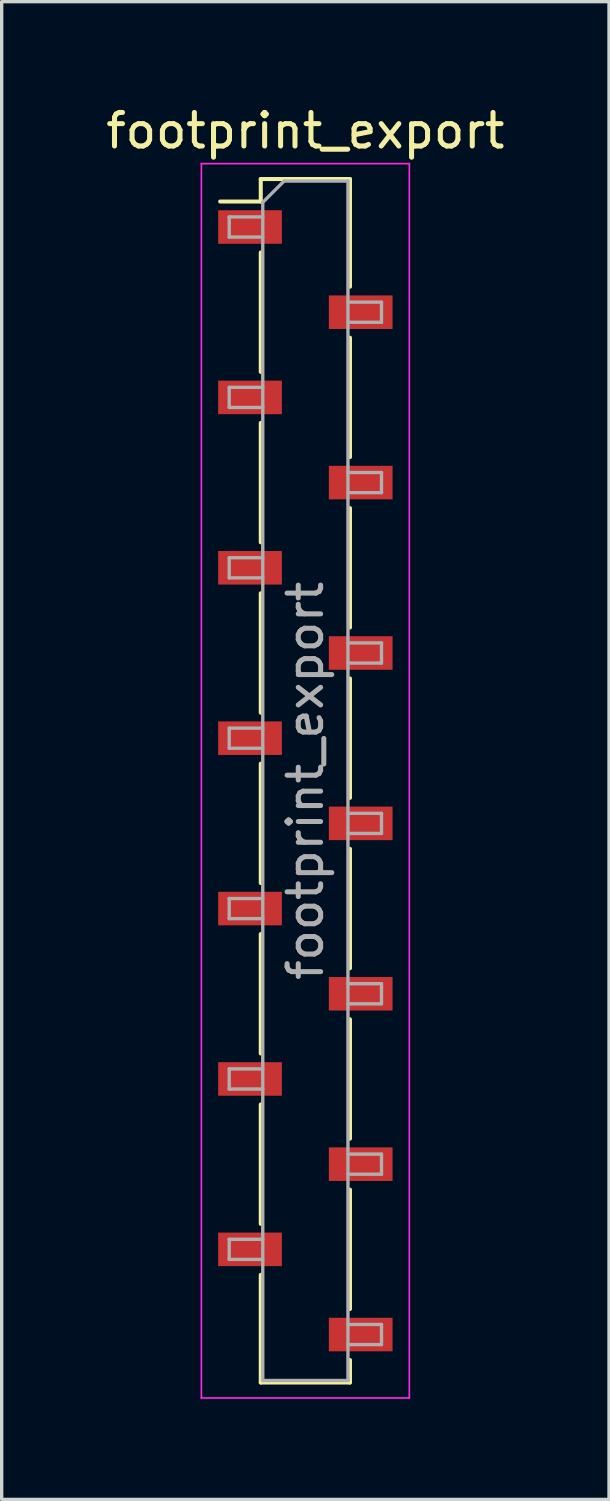
<source format=kicad_pcb>
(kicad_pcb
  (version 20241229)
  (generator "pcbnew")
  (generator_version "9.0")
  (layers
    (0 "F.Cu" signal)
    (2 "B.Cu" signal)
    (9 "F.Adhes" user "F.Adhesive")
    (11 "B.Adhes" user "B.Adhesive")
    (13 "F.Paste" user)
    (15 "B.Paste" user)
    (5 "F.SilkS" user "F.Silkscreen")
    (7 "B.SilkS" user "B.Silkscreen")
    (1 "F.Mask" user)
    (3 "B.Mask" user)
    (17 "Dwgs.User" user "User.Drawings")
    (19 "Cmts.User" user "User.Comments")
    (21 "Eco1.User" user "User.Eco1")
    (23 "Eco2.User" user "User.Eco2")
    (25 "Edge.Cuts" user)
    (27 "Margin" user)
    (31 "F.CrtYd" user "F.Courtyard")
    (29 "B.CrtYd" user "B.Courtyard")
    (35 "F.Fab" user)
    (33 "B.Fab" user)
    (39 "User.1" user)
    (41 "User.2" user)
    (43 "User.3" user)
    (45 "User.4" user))
  (footprint "footprint_export"
    (layer "F.Cu")
    (at 6.054 20.228)
    (property "Reference" "footprint_export" (at 0 -19.38 0) (layer "F.SilkS") (effects (font (size 1 1) (thickness 0.15))))
    (attr smd)
    (fp_line (start -2.54 -17.27) (end -1.33 -17.27) (stroke (width 0.12) (type solid)) (layer "F.SilkS"))
    (fp_line (start -1.33 -17.94) (end -1.33 -17.27) (stroke (width 0.12) (type solid)) (layer "F.SilkS"))
    (fp_line (start -1.33 -17.94) (end 1.33 -17.94) (stroke (width 0.12) (type solid)) (layer "F.SilkS"))
    (fp_line (start -1.33 -15.75) (end -1.33 -12.19) (stroke (width 0.12) (type solid)) (layer "F.SilkS"))
    (fp_line (start -1.33 -10.67) (end -1.33 -7.11) (stroke (width 0.12) (type solid)) (layer "F.SilkS"))
    (fp_line (start -1.33 -5.59) (end -1.33 -2.03) (stroke (width 0.12) (type solid)) (layer "F.SilkS"))
    (fp_line (start -1.33 -0.51) (end -1.33 3.05) (stroke (width 0.12) (type solid)) (layer "F.SilkS"))
    (fp_line (start -1.33 4.57) (end -1.33 8.13) (stroke (width 0.12) (type solid)) (layer "F.SilkS"))
    (fp_line (start -1.33 9.65) (end -1.33 13.21) (stroke (width 0.12) (type solid)) (layer "F.SilkS"))
    (fp_line (start -1.33 14.73) (end -1.33 17.94) (stroke (width 0.12) (type solid)) (layer "F.SilkS"))
    (fp_line (start -1.33 17.94) (end 1.33 17.94) (stroke (width 0.12) (type solid)) (layer "F.SilkS"))
    (fp_line (start 1.33 -17.94) (end 1.33 -14.73) (stroke (width 0.12) (type solid)) (layer "F.SilkS"))
    (fp_line (start 1.33 -13.21) (end 1.33 -9.65) (stroke (width 0.12) (type solid)) (layer "F.SilkS"))
    (fp_line (start 1.33 -8.13) (end 1.33 -4.57) (stroke (width 0.12) (type solid)) (layer "F.SilkS"))
    (fp_line (start 1.33 -3.05) (end 1.33 0.51) (stroke (width 0.12) (type solid)) (layer "F.SilkS"))
    (fp_line (start 1.33 2.03) (end 1.33 5.59) (stroke (width 0.12) (type solid)) (layer "F.SilkS"))
    (fp_line (start 1.33 7.11) (end 1.33 10.67) (stroke (width 0.12) (type solid)) (layer "F.SilkS"))
    (fp_line (start 1.33 12.19) (end 1.33 15.75) (stroke (width 0.12) (type solid)) (layer "F.SilkS"))
    (fp_line (start 1.33 17.27) (end 1.33 17.94) (stroke (width 0.12) (type solid)) (layer "F.SilkS"))
    (fp_line (start -3.1 -18.4) (end 3.1 -18.4) (stroke (width 0.05) (type solid)) (layer "F.CrtYd"))
    (fp_line (start -3.1 18.4) (end -3.1 -18.4) (stroke (width 0.05) (type solid)) (layer "F.CrtYd"))
    (fp_line (start 3.1 -18.4) (end 3.1 18.4) (stroke (width 0.05) (type solid)) (layer "F.CrtYd"))
    (fp_line (start 3.1 18.4) (end -3.1 18.4) (stroke (width 0.05) (type solid)) (layer "F.CrtYd"))
    (fp_line (start -2.27 -16.81) (end -1.27 -16.81) (stroke (width 0.1) (type solid)) (layer "F.Fab"))
    (fp_line (start -2.27 -16.21) (end -2.27 -16.81) (stroke (width 0.1) (type solid)) (layer "F.Fab"))
    (fp_line (start -2.27 -11.73) (end -1.27 -11.73) (stroke (width 0.1) (type solid)) (layer "F.Fab"))
    (fp_line (start -2.27 -11.13) (end -2.27 -11.73) (stroke (width 0.1) (type solid)) (layer "F.Fab"))
    (fp_line (start -2.27 -6.65) (end -1.27 -6.65) (stroke (width 0.1) (type solid)) (layer "F.Fab"))
    (fp_line (start -2.27 -6.05) (end -2.27 -6.65) (stroke (width 0.1) (type solid)) (layer "F.Fab"))
    (fp_line (start -2.27 -1.57) (end -1.27 -1.57) (stroke (width 0.1) (type solid)) (layer "F.Fab"))
    (fp_line (start -2.27 -0.97) (end -2.27 -1.57) (stroke (width 0.1) (type solid)) (layer "F.Fab"))
    (fp_line (start -2.27 3.51) (end -1.27 3.51) (stroke (width 0.1) (type solid)) (layer "F.Fab"))
    (fp_line (start -2.27 4.11) (end -2.27 3.51) (stroke (width 0.1) (type solid)) (layer "F.Fab"))
    (fp_line (start -2.27 8.59) (end -1.27 8.59) (stroke (width 0.1) (type solid)) (layer "F.Fab"))
    (fp_line (start -2.27 9.19) (end -2.27 8.59) (stroke (width 0.1) (type solid)) (layer "F.Fab"))
    (fp_line (start -2.27 13.67) (end -1.27 13.67) (stroke (width 0.1) (type solid)) (layer "F.Fab"))
    (fp_line (start -2.27 14.27) (end -2.27 13.67) (stroke (width 0.1) (type solid)) (layer "F.Fab"))
    (fp_line (start -1.27 -17.245) (end -0.635 -17.88) (stroke (width 0.1) (type solid)) (layer "F.Fab"))
    (fp_line (start -1.27 -16.21) (end -2.27 -16.21) (stroke (width 0.1) (type solid)) (layer "F.Fab"))
    (fp_line (start -1.27 -11.13) (end -2.27 -11.13) (stroke (width 0.1) (type solid)) (layer "F.Fab"))
    (fp_line (start -1.27 -6.05) (end -2.27 -6.05) (stroke (width 0.1) (type solid)) (layer "F.Fab"))
    (fp_line (start -1.27 -0.97) (end -2.27 -0.97) (stroke (width 0.1) (type solid)) (layer "F.Fab"))
    (fp_line (start -1.27 4.11) (end -2.27 4.11) (stroke (width 0.1) (type solid)) (layer "F.Fab"))
    (fp_line (start -1.27 9.19) (end -2.27 9.19) (stroke (width 0.1) (type solid)) (layer "F.Fab"))
    (fp_line (start -1.27 14.27) (end -2.27 14.27) (stroke (width 0.1) (type solid)) (layer "F.Fab"))
    (fp_line (start -1.27 17.88) (end -1.27 -17.245) (stroke (width 0.1) (type solid)) (layer "F.Fab"))
    (fp_line (start -0.635 -17.88) (end 1.27 -17.88) (stroke (width 0.1) (type solid)) (layer "F.Fab"))
    (fp_line (start 1.27 -17.88) (end 1.27 17.88) (stroke (width 0.1) (type solid)) (layer "F.Fab"))
    (fp_line (start 1.27 -14.27) (end 2.27 -14.27) (stroke (width 0.1) (type solid)) (layer "F.Fab"))
    (fp_line (start 1.27 -9.19) (end 2.27 -9.19) (stroke (width 0.1) (type solid)) (layer "F.Fab"))
    (fp_line (start 1.27 -4.11) (end 2.27 -4.11) (stroke (width 0.1) (type solid)) (layer "F.Fab"))
    (fp_line (start 1.27 0.97) (end 2.27 0.97) (stroke (width 0.1) (type solid)) (layer "F.Fab"))
    (fp_line (start 1.27 6.05) (end 2.27 6.05) (stroke (width 0.1) (type solid)) (layer "F.Fab"))
    (fp_line (start 1.27 11.13) (end 2.27 11.13) (stroke (width 0.1) (type solid)) (layer "F.Fab"))
    (fp_line (start 1.27 16.21) (end 2.27 16.21) (stroke (width 0.1) (type solid)) (layer "F.Fab"))
    (fp_line (start 1.27 17.88) (end -1.27 17.88) (stroke (width 0.1) (type solid)) (layer "F.Fab"))
    (fp_line (start 2.27 -14.27) (end 2.27 -13.67) (stroke (width 0.1) (type solid)) (layer "F.Fab"))
    (fp_line (start 2.27 -13.67) (end 1.27 -13.67) (stroke (width 0.1) (type solid)) (layer "F.Fab"))
    (fp_line (start 2.27 -9.19) (end 2.27 -8.59) (stroke (width 0.1) (type solid)) (layer "F.Fab"))
    (fp_line (start 2.27 -8.59) (end 1.27 -8.59) (stroke (width 0.1) (type solid)) (layer "F.Fab"))
    (fp_line (start 2.27 -4.11) (end 2.27 -3.51) (stroke (width 0.1) (type solid)) (layer "F.Fab"))
    (fp_line (start 2.27 -3.51) (end 1.27 -3.51) (stroke (width 0.1) (type solid)) (layer "F.Fab"))
    (fp_line (start 2.27 0.97) (end 2.27 1.57) (stroke (width 0.1) (type solid)) (layer "F.Fab"))
    (fp_line (start 2.27 1.57) (end 1.27 1.57) (stroke (width 0.1) (type solid)) (layer "F.Fab"))
    (fp_line (start 2.27 6.05) (end 2.27 6.65) (stroke (width 0.1) (type solid)) (layer "F.Fab"))
    (fp_line (start 2.27 6.65) (end 1.27 6.65) (stroke (width 0.1) (type solid)) (layer "F.Fab"))
    (fp_line (start 2.27 11.13) (end 2.27 11.73) (stroke (width 0.1) (type solid)) (layer "F.Fab"))
    (fp_line (start 2.27 11.73) (end 1.27 11.73) (stroke (width 0.1) (type solid)) (layer "F.Fab"))
    (fp_line (start 2.27 16.21) (end 2.27 16.81) (stroke (width 0.1) (type solid)) (layer "F.Fab"))
    (fp_line (start 2.27 16.81) (end 1.27 16.81) (stroke (width 0.1) (type solid)) (layer "F.Fab"))
    (fp_text user "${REFERENCE}" (at 0 0 90) (layer "F.Fab") (effects (font (size 1 1) (thickness 0.15))))
    (pad "1" smd rect (at -1.65 -16.51) (size 1.9 1) (layers "F.Cu" "F.Mask" "F.Paste"))
    (pad "2" smd rect (at 1.65 -13.97) (size 1.9 1) (layers "F.Cu" "F.Mask" "F.Paste"))
    (pad "3" smd rect (at -1.65 -11.43) (size 1.9 1) (layers "F.Cu" "F.Mask" "F.Paste"))
    (pad "4" smd rect (at 1.65 -8.89) (size 1.9 1) (layers "F.Cu" "F.Mask" "F.Paste"))
    (pad "5" smd rect (at -1.65 -6.35) (size 1.9 1) (layers "F.Cu" "F.Mask" "F.Paste"))
    (pad "6" smd rect (at 1.65 -3.81) (size 1.9 1) (layers "F.Cu" "F.Mask" "F.Paste"))
    (pad "7" smd rect (at -1.65 -1.27) (size 1.9 1) (layers "F.Cu" "F.Mask" "F.Paste"))
    (pad "8" smd rect (at 1.65 1.27) (size 1.9 1) (layers "F.Cu" "F.Mask" "F.Paste"))
    (pad "9" smd rect (at -1.65 3.81) (size 1.9 1) (layers "F.Cu" "F.Mask" "F.Paste"))
    (pad "10" smd rect (at 1.65 6.35) (size 1.9 1) (layers "F.Cu" "F.Mask" "F.Paste"))
    (pad "11" smd rect (at -1.65 8.89) (size 1.9 1) (layers "F.Cu" "F.Mask" "F.Paste"))
    (pad "12" smd rect (at 1.65 11.43) (size 1.9 1) (layers "F.Cu" "F.Mask" "F.Paste"))
    (pad "13" smd rect (at -1.65 13.97) (size 1.9 1) (layers "F.Cu" "F.Mask" "F.Paste"))
    (pad "14" smd rect (at 1.65 16.51) (size 1.9 1) (layers "F.Cu" "F.Mask" "F.Paste")))
  (gr_rect
    (start -3 -3)
    (end 15.107 41.653)
    (stroke (width 0.1) (type default))
    (fill no)
    (layer "Edge.Cuts")))
</source>
